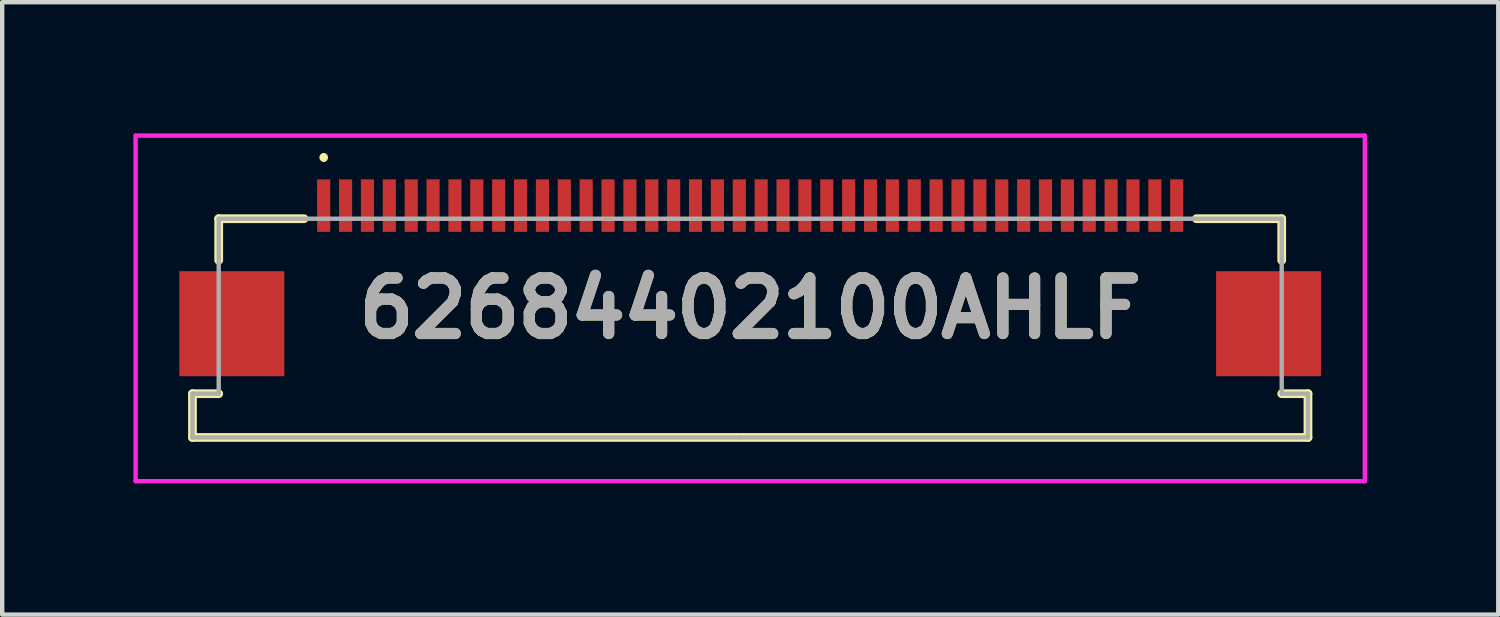
<source format=kicad_pcb>
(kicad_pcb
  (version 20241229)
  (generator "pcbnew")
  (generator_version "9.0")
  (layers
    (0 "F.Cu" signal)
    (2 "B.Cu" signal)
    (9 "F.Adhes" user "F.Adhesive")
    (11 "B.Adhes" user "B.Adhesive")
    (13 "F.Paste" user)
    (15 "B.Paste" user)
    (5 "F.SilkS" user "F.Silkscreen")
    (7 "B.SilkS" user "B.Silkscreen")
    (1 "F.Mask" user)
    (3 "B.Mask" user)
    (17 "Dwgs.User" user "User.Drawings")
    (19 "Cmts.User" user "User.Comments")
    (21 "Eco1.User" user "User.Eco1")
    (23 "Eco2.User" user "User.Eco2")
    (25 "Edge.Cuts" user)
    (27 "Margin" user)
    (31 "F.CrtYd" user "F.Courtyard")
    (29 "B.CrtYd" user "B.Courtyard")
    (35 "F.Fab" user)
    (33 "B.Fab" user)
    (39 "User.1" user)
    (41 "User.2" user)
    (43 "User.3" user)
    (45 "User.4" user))
  (footprint "62684402100AHLF"
    (layer "F.Cu")
    (at 14.1 4.3)
    (property "Reference" "62684402100AHLF" (at 0 -0.3 0) (layer "F.SilkS") (effects (font (size 1.27 1.27) (thickness 0.254))))
    (attr smd)
    (fp_line (start -12.75 1.65) (end -12.75 2.65) (stroke (width 0.2) (type solid)) (layer "F.SilkS"))
    (fp_line (start -12.75 2.65) (end 12.75 2.65) (stroke (width 0.2) (type solid)) (layer "F.SilkS"))
    (fp_line (start -12.15 -2.35) (end -12.15 -1.4) (stroke (width 0.2) (type solid)) (layer "F.SilkS"))
    (fp_line (start -12.15 1.65) (end -12.75 1.65) (stroke (width 0.2) (type solid)) (layer "F.SilkS"))
    (fp_line (start -10.2 -2.35) (end -12.15 -2.35) (stroke (width 0.2) (type solid)) (layer "F.SilkS"))
    (fp_line (start -9.75 -3.8) (end -9.75 -3.8) (stroke (width 0.1) (type solid)) (layer "F.SilkS"))
    (fp_line (start -9.75 -3.7) (end -9.75 -3.7) (stroke (width 0.1) (type solid)) (layer "F.SilkS"))
    (fp_line (start 12.15 -2.35) (end 10.2 -2.35) (stroke (width 0.2) (type solid)) (layer "F.SilkS"))
    (fp_line (start 12.15 -1.4) (end 12.15 -2.35) (stroke (width 0.2) (type solid)) (layer "F.SilkS"))
    (fp_line (start 12.75 1.65) (end 12.15 1.65) (stroke (width 0.2) (type solid)) (layer "F.SilkS"))
    (fp_line (start 12.75 2.65) (end 12.75 1.65) (stroke (width 0.2) (type solid)) (layer "F.SilkS"))
    (fp_arc (start -9.75 -3.8) (mid -9.7 -3.75) (end -9.75 -3.7) (stroke (width 0.1) (type solid)) (layer "F.SilkS"))
    (fp_arc (start -9.75 -3.7) (mid -9.8 -3.75) (end -9.75 -3.8) (stroke (width 0.1) (type solid)) (layer "F.SilkS"))
    (fp_line (start -14.05 -4.25) (end 14.05 -4.25) (stroke (width 0.1) (type solid)) (layer "F.CrtYd"))
    (fp_line (start -14.05 3.65) (end -14.05 -4.25) (stroke (width 0.1) (type solid)) (layer "F.CrtYd"))
    (fp_line (start 14.05 -4.25) (end 14.05 3.65) (stroke (width 0.1) (type solid)) (layer "F.CrtYd"))
    (fp_line (start 14.05 3.65) (end -14.05 3.65) (stroke (width 0.1) (type solid)) (layer "F.CrtYd"))
    (fp_line (start -12.75 1.65) (end -12.75 2.65) (stroke (width 0.1) (type solid)) (layer "F.Fab"))
    (fp_line (start -12.75 2.65) (end -0.25 2.65) (stroke (width 0.1) (type solid)) (layer "F.Fab"))
    (fp_line (start -12.15 -2.35) (end -12.15 1.65) (stroke (width 0.1) (type solid)) (layer "F.Fab"))
    (fp_line (start -12.15 1.65) (end -12.75 1.65) (stroke (width 0.1) (type solid)) (layer "F.Fab"))
    (fp_line (start -0.25 2.65) (end 12.75 2.65) (stroke (width 0.1) (type solid)) (layer "F.Fab"))
    (fp_line (start 12.15 -2.35) (end -12.15 -2.35) (stroke (width 0.1) (type solid)) (layer "F.Fab"))
    (fp_line (start 12.15 1.65) (end 12.15 -2.35) (stroke (width 0.1) (type solid)) (layer "F.Fab"))
    (fp_line (start 12.75 1.65) (end 12.15 1.65) (stroke (width 0.1) (type solid)) (layer "F.Fab"))
    (fp_line (start 12.75 2.65) (end 12.75 1.65) (stroke (width 0.1) (type solid)) (layer "F.Fab"))
    (fp_text user "${REFERENCE}" (at 0 -0.3 0) (layer "F.Fab") (effects (font (size 1.27 1.27) (thickness 0.254))))
    (pad "1" smd rect (at -9.75 -2.65) (size 0.3 1.2) (layers "F.Cu" "F.Mask" "F.Paste"))
    (pad "2" smd rect (at -9.25 -2.65) (size 0.3 1.2) (layers "F.Cu" "F.Mask" "F.Paste"))
    (pad "3" smd rect (at -8.75 -2.65) (size 0.3 1.2) (layers "F.Cu" "F.Mask" "F.Paste"))
    (pad "4" smd rect (at -8.25 -2.65) (size 0.3 1.2) (layers "F.Cu" "F.Mask" "F.Paste"))
    (pad "5" smd rect (at -7.75 -2.65) (size 0.3 1.2) (layers "F.Cu" "F.Mask" "F.Paste"))
    (pad "6" smd rect (at -7.25 -2.65) (size 0.3 1.2) (layers "F.Cu" "F.Mask" "F.Paste"))
    (pad "7" smd rect (at -6.75 -2.65) (size 0.3 1.2) (layers "F.Cu" "F.Mask" "F.Paste"))
    (pad "8" smd rect (at -6.25 -2.65) (size 0.3 1.2) (layers "F.Cu" "F.Mask" "F.Paste"))
    (pad "9" smd rect (at -5.75 -2.65) (size 0.3 1.2) (layers "F.Cu" "F.Mask" "F.Paste"))
    (pad "10" smd rect (at -5.25 -2.65) (size 0.3 1.2) (layers "F.Cu" "F.Mask" "F.Paste"))
    (pad "11" smd rect (at -4.75 -2.65) (size 0.3 1.2) (layers "F.Cu" "F.Mask" "F.Paste"))
    (pad "12" smd rect (at -4.25 -2.65) (size 0.3 1.2) (layers "F.Cu" "F.Mask" "F.Paste"))
    (pad "13" smd rect (at -3.75 -2.65) (size 0.3 1.2) (layers "F.Cu" "F.Mask" "F.Paste"))
    (pad "14" smd rect (at -3.25 -2.65) (size 0.3 1.2) (layers "F.Cu" "F.Mask" "F.Paste"))
    (pad "15" smd rect (at -2.75 -2.65) (size 0.3 1.2) (layers "F.Cu" "F.Mask" "F.Paste"))
    (pad "16" smd rect (at -2.25 -2.65) (size 0.3 1.2) (layers "F.Cu" "F.Mask" "F.Paste"))
    (pad "17" smd rect (at -1.75 -2.65) (size 0.3 1.2) (layers "F.Cu" "F.Mask" "F.Paste"))
    (pad "18" smd rect (at -1.25 -2.65) (size 0.3 1.2) (layers "F.Cu" "F.Mask" "F.Paste"))
    (pad "19" smd rect (at -0.75 -2.65) (size 0.3 1.2) (layers "F.Cu" "F.Mask" "F.Paste"))
    (pad "20" smd rect (at -0.25 -2.65) (size 0.3 1.2) (layers "F.Cu" "F.Mask" "F.Paste"))
    (pad "21" smd rect (at 0.25 -2.65) (size 0.3 1.2) (layers "F.Cu" "F.Mask" "F.Paste"))
    (pad "22" smd rect (at 0.75 -2.65) (size 0.3 1.2) (layers "F.Cu" "F.Mask" "F.Paste"))
    (pad "23" smd rect (at 1.25 -2.65) (size 0.3 1.2) (layers "F.Cu" "F.Mask" "F.Paste"))
    (pad "24" smd rect (at 1.75 -2.65) (size 0.3 1.2) (layers "F.Cu" "F.Mask" "F.Paste"))
    (pad "25" smd rect (at 2.25 -2.65) (size 0.3 1.2) (layers "F.Cu" "F.Mask" "F.Paste"))
    (pad "26" smd rect (at 2.75 -2.65) (size 0.3 1.2) (layers "F.Cu" "F.Mask" "F.Paste"))
    (pad "27" smd rect (at 3.25 -2.65) (size 0.3 1.2) (layers "F.Cu" "F.Mask" "F.Paste"))
    (pad "28" smd rect (at 3.75 -2.65) (size 0.3 1.2) (layers "F.Cu" "F.Mask" "F.Paste"))
    (pad "29" smd rect (at 4.25 -2.65) (size 0.3 1.2) (layers "F.Cu" "F.Mask" "F.Paste"))
    (pad "30" smd rect (at 4.75 -2.65) (size 0.3 1.2) (layers "F.Cu" "F.Mask" "F.Paste"))
    (pad "31" smd rect (at 5.25 -2.65) (size 0.3 1.2) (layers "F.Cu" "F.Mask" "F.Paste"))
    (pad "32" smd rect (at 5.75 -2.65) (size 0.3 1.2) (layers "F.Cu" "F.Mask" "F.Paste"))
    (pad "33" smd rect (at 6.25 -2.65) (size 0.3 1.2) (layers "F.Cu" "F.Mask" "F.Paste"))
    (pad "34" smd rect (at 6.75 -2.65) (size 0.3 1.2) (layers "F.Cu" "F.Mask" "F.Paste"))
    (pad "35" smd rect (at 7.25 -2.65) (size 0.3 1.2) (layers "F.Cu" "F.Mask" "F.Paste"))
    (pad "36" smd rect (at 7.75 -2.65) (size 0.3 1.2) (layers "F.Cu" "F.Mask" "F.Paste"))
    (pad "37" smd rect (at 8.25 -2.65) (size 0.3 1.2) (layers "F.Cu" "F.Mask" "F.Paste"))
    (pad "38" smd rect (at 8.75 -2.65) (size 0.3 1.2) (layers "F.Cu" "F.Mask" "F.Paste"))
    (pad "39" smd rect (at 9.25 -2.65) (size 0.3 1.2) (layers "F.Cu" "F.Mask" "F.Paste"))
    (pad "40" smd rect (at 9.75 -2.65) (size 0.3 1.2) (layers "F.Cu" "F.Mask" "F.Paste"))
    (pad "MP1" smd rect (at -11.85 0.05 90) (size 2.4 2.4) (layers "F.Cu" "F.Mask" "F.Paste"))
    (pad "MP2" smd rect (at 11.85 0.05 90) (size 2.4 2.4) (layers "F.Cu" "F.Mask" "F.Paste")))
  (gr_rect
    (start -3 -3)
    (end 31.2 11)
    (stroke (width 0.1) (type default))
    (fill no)
    (layer "Edge.Cuts")))
</source>
